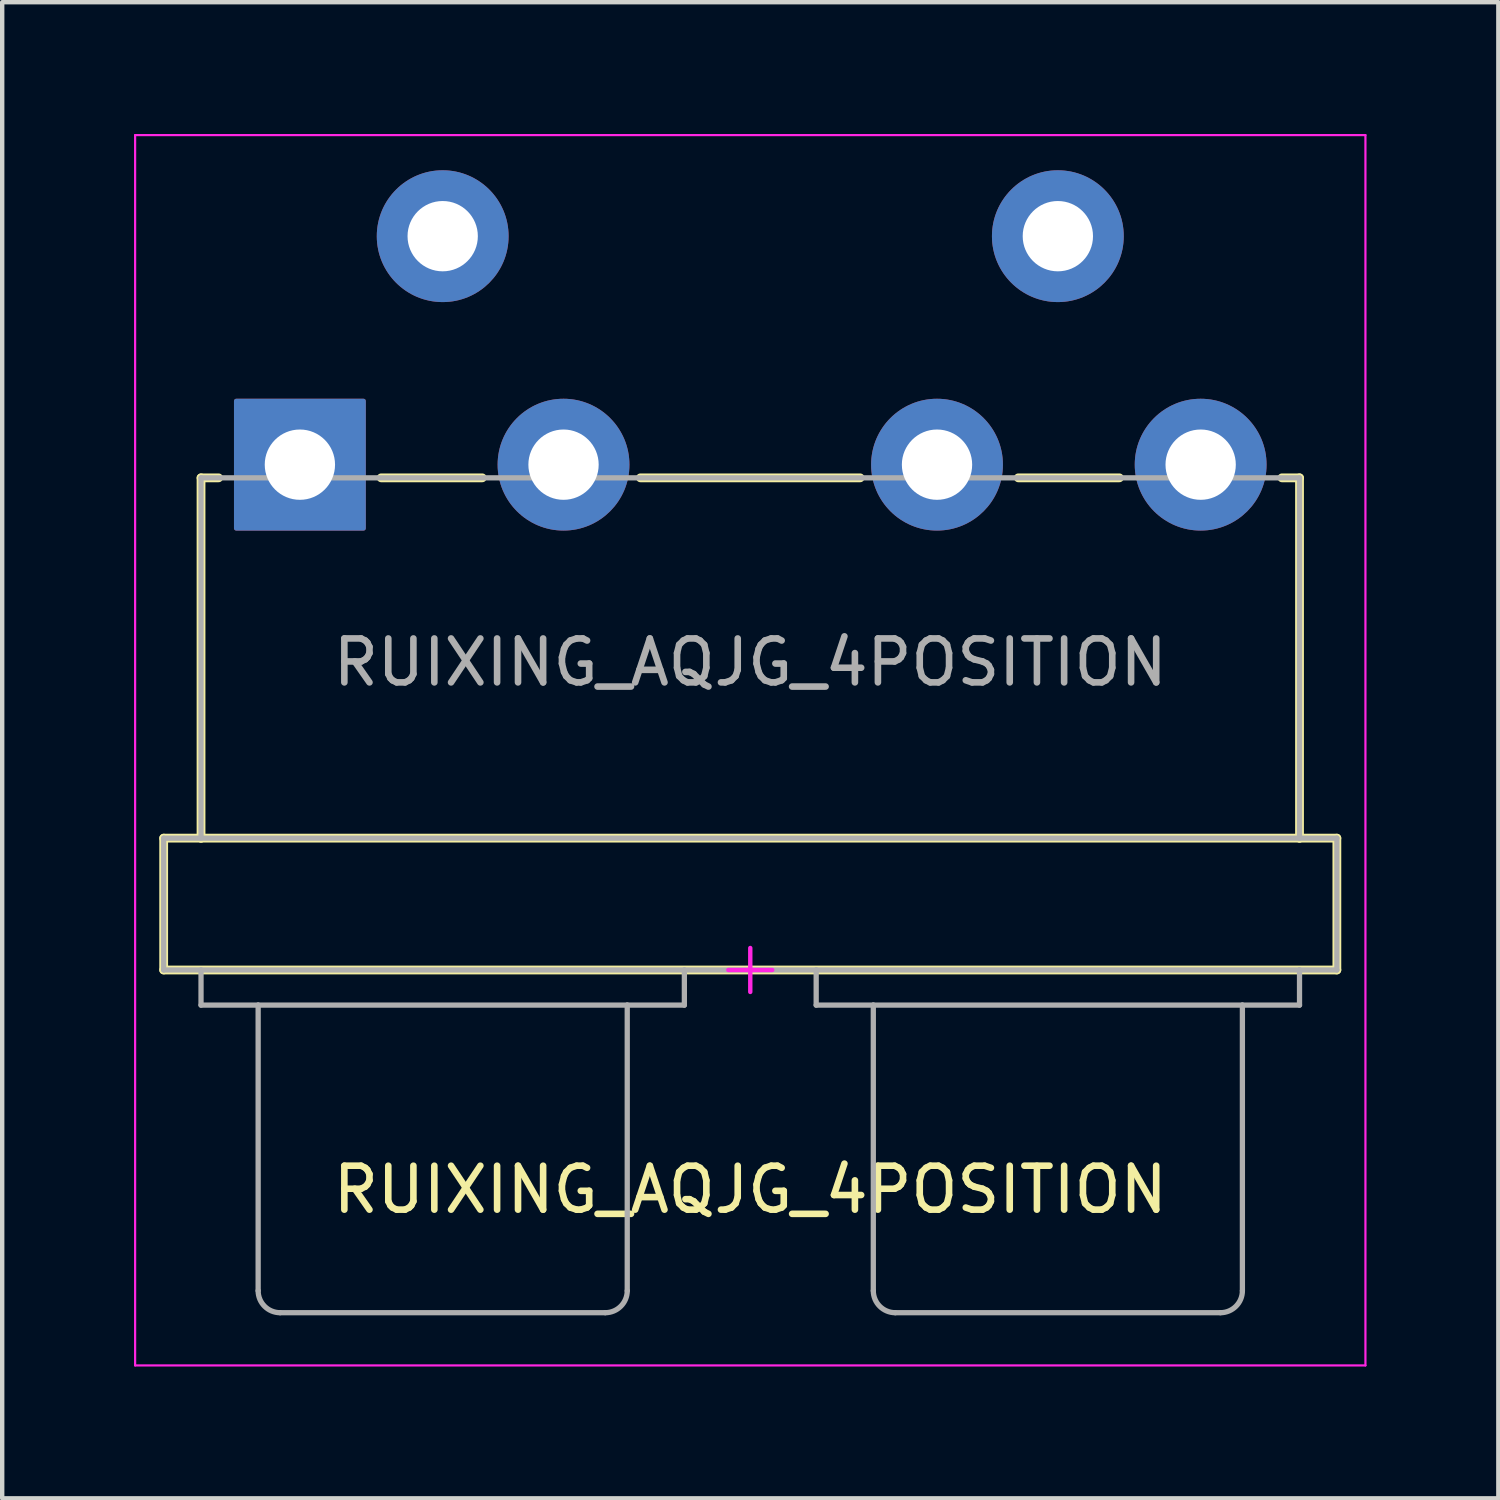
<source format=kicad_pcb>
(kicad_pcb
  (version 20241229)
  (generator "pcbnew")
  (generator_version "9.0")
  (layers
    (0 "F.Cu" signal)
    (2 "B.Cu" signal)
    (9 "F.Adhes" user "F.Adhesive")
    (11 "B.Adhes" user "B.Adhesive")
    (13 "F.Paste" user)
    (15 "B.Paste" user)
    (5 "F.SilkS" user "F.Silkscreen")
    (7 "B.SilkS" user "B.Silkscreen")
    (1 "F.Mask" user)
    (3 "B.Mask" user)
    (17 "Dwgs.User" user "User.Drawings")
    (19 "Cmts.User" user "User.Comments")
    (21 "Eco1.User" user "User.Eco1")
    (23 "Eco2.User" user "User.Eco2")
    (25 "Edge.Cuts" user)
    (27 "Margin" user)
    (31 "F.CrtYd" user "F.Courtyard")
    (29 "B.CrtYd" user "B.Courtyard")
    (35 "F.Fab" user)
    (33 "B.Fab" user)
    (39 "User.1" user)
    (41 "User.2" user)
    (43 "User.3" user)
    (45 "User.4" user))
  (footprint "RUIXING_AQJG_4POSITION"
    (layer "F.Cu")
    (at 14.025 19.025)
    (property "Reference" "RUIXING_AQJG_4POSITION" (at 0 5 0) (layer "F.SilkS") (effects (font (size 1 1) (thickness 0.15))))
    (attr through_hole)
    (fp_line (start -13.35 -3) (end -13.35 0) (stroke (width 0.2) (type solid)) (layer "F.SilkS"))
    (fp_line (start -13.35 0) (end 13.35 0) (stroke (width 0.2) (type solid)) (layer "F.SilkS"))
    (fp_line (start -12.5 -11.2) (end -12.5 -3) (stroke (width 0.2) (type solid)) (layer "F.SilkS"))
    (fp_line (start -12.5 -11.2) (end -12.1 -11.2) (stroke (width 0.2) (type solid)) (layer "F.SilkS"))
    (fp_line (start -12.5 -3) (end -13.35 -3) (stroke (width 0.2) (type solid)) (layer "F.SilkS"))
    (fp_line (start -8.4 -11.2) (end -6.1 -11.2) (stroke (width 0.2) (type solid)) (layer "F.SilkS"))
    (fp_line (start -2.5 -11.2) (end 2.5 -11.2) (stroke (width 0.2) (type solid)) (layer "F.SilkS"))
    (fp_line (start 6.1 -11.2) (end 8.4 -11.2) (stroke (width 0.2) (type solid)) (layer "F.SilkS"))
    (fp_line (start 12.5 -11.2) (end 12.1 -11.2) (stroke (width 0.2) (type solid)) (layer "F.SilkS"))
    (fp_line (start 12.5 -3) (end -12.5 -3) (stroke (width 0.2) (type solid)) (layer "F.SilkS"))
    (fp_line (start 12.5 -3) (end 12.5 -11.2) (stroke (width 0.2) (type solid)) (layer "F.SilkS"))
    (fp_line (start 13.35 -3) (end 12.5 -3) (stroke (width 0.2) (type solid)) (layer "F.SilkS"))
    (fp_line (start 13.35 0) (end 13.35 -3) (stroke (width 0.2) (type solid)) (layer "F.SilkS"))
    (fp_line (start -14 -19) (end -14 9) (stroke (width 0.05) (type solid)) (layer "F.CrtYd"))
    (fp_line (start -14 9) (end 14 9) (stroke (width 0.05) (type solid)) (layer "F.CrtYd"))
    (fp_line (start -0.5 0) (end 0.5 0) (stroke (width 0.1) (type solid)) (layer "F.CrtYd"))
    (fp_line (start 0 -0.5) (end 0 0.5) (stroke (width 0.1) (type solid)) (layer "F.CrtYd"))
    (fp_line (start 14 -19) (end -14 -19) (stroke (width 0.05) (type solid)) (layer "F.CrtYd"))
    (fp_line (start 14 9) (end 14 -19) (stroke (width 0.05) (type solid)) (layer "F.CrtYd"))
    (fp_line (start -13.35 -3) (end 13.35 -3) (stroke (width 0.12) (type solid)) (layer "F.Fab"))
    (fp_line (start -13.35 0) (end -13.35 -3) (stroke (width 0.12) (type solid)) (layer "F.Fab"))
    (fp_line (start -12.5 -3) (end -12.5 -11.2) (stroke (width 0.12) (type solid)) (layer "F.Fab"))
    (fp_line (start -12.5 0) (end -13.35 0) (stroke (width 0.12) (type solid)) (layer "F.Fab"))
    (fp_line (start -12.5 0) (end -1.5 0) (stroke (width 0.12) (type solid)) (layer "F.Fab"))
    (fp_line (start -12.5 0.8) (end -12.5 0) (stroke (width 0.12) (type solid)) (layer "F.Fab"))
    (fp_line (start -11.2 0.8) (end -12.5 0.8) (stroke (width 0.12) (type solid)) (layer "F.Fab"))
    (fp_line (start -11.2 0.8) (end -2.8 0.8) (stroke (width 0.12) (type solid)) (layer "F.Fab"))
    (fp_line (start -11.2 7.3) (end -11.2 0.8) (stroke (width 0.12) (type solid)) (layer "F.Fab"))
    (fp_line (start -10.7 7.8) (end -3.3 7.8) (stroke (width 0.12) (type solid)) (layer "F.Fab"))
    (fp_line (start -2.8 7.3) (end -2.8 0.8) (stroke (width 0.12) (type solid)) (layer "F.Fab"))
    (fp_line (start -1.5 0) (end -1.5 0.8) (stroke (width 0.12) (type solid)) (layer "F.Fab"))
    (fp_line (start -1.5 0) (end 1.5 0) (stroke (width 0.12) (type solid)) (layer "F.Fab"))
    (fp_line (start -1.5 0.8) (end -2.8 0.8) (stroke (width 0.12) (type solid)) (layer "F.Fab"))
    (fp_line (start 1.5 0) (end 12.5 0) (stroke (width 0.12) (type solid)) (layer "F.Fab"))
    (fp_line (start 1.5 0.8) (end 1.5 0) (stroke (width 0.12) (type solid)) (layer "F.Fab"))
    (fp_line (start 2.8 0.8) (end 1.5 0.8) (stroke (width 0.12) (type solid)) (layer "F.Fab"))
    (fp_line (start 2.8 0.8) (end 11.2 0.8) (stroke (width 0.12) (type solid)) (layer "F.Fab"))
    (fp_line (start 2.8 7.3) (end 2.8 0.8) (stroke (width 0.12) (type solid)) (layer "F.Fab"))
    (fp_line (start 3.3 7.8) (end 10.7 7.8) (stroke (width 0.12) (type solid)) (layer "F.Fab"))
    (fp_line (start 11.2 7.3) (end 11.2 0.8) (stroke (width 0.12) (type solid)) (layer "F.Fab"))
    (fp_line (start 12.5 -11.2) (end -12.5 -11.2) (stroke (width 0.12) (type solid)) (layer "F.Fab"))
    (fp_line (start 12.5 -3) (end 12.5 -11.2) (stroke (width 0.12) (type solid)) (layer "F.Fab"))
    (fp_line (start 12.5 0) (end 12.5 0.8) (stroke (width 0.12) (type solid)) (layer "F.Fab"))
    (fp_line (start 12.5 0.8) (end 11.2 0.8) (stroke (width 0.12) (type solid)) (layer "F.Fab"))
    (fp_line (start 13.35 0) (end 12.5 0) (stroke (width 0.12) (type solid)) (layer "F.Fab"))
    (fp_line (start 13.35 0) (end 13.35 -3) (stroke (width 0.12) (type solid)) (layer "F.Fab"))
    (fp_arc (start -10.7 7.8) (mid -11.053553 7.653553) (end -11.2 7.3) (stroke (width 0.12) (type solid)) (layer "F.Fab"))
    (fp_arc (start -2.8 7.3) (mid -2.946447 7.653553) (end -3.3 7.8) (stroke (width 0.12) (type solid)) (layer "F.Fab"))
    (fp_arc (start 3.3 7.8) (mid 2.946447 7.653553) (end 2.8 7.3) (stroke (width 0.12) (type solid)) (layer "F.Fab"))
    (fp_arc (start 11.2 7.3) (mid 11.053553 7.653553) (end 10.7 7.8) (stroke (width 0.12) (type solid)) (layer "F.Fab"))
    (fp_text user "${REFERENCE}" (at 0 -7 0) (layer "F.Fab") (effects (font (size 1 1) (thickness 0.15))))
    (pad "1" thru_hole roundrect (at -10.25 -11.5) (size 3 3) (drill 1.6) (layers "*.Cu" "*.Mask") (roundrect_rratio 0.017))
    (pad "2" thru_hole circle (at -4.25 -11.5) (size 3 3) (drill 1.6) (layers "*.Cu" "*.Mask"))
    (pad "3" thru_hole circle (at 4.25 -11.5) (size 3 3) (drill 1.6) (layers "*.Cu" "*.Mask"))
    (pad "4" thru_hole circle (at 10.25 -11.5) (size 3 3) (drill 1.6) (layers "*.Cu" "*.Mask"))
    (pad "G1" thru_hole circle (at -7 -16.7) (size 3 3) (drill 1.6) (layers "*.Cu" "*.Mask"))
    (pad "G2" thru_hole circle (at 7 -16.7) (size 3 3) (drill 1.6) (layers "*.Cu" "*.Mask")))
  (gr_rect
    (start -3 -3)
    (end 31.05 31.05)
    (stroke (width 0.1) (type default))
    (fill no)
    (layer "Edge.Cuts")))
</source>
